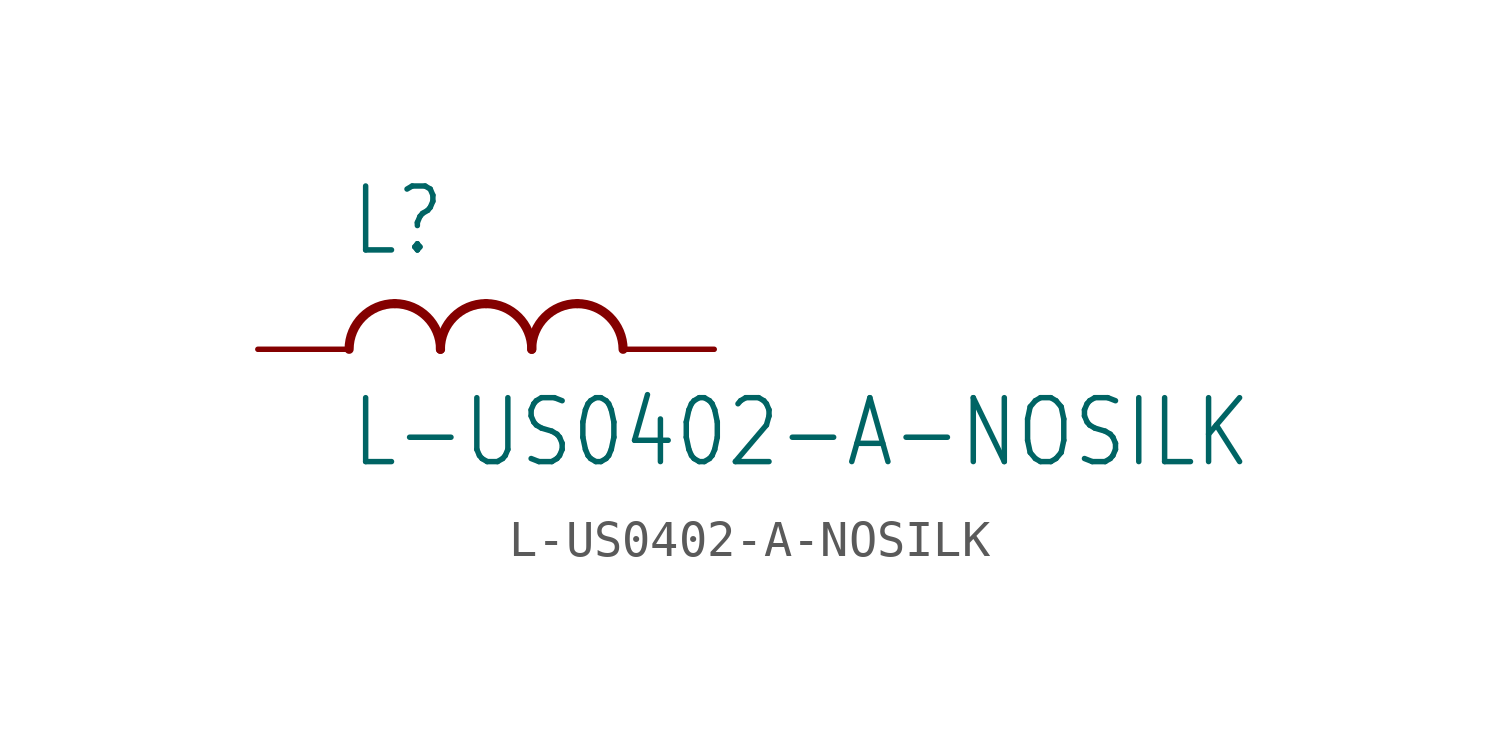
<source format=kicad_sym>
(kicad_symbol_lib
  (version 20211014)
  (generator kicad_symbol_editor)
  (symbol "L-US0402-A-NOSILK"
    (property "Reference" "L"
      (at -5.08 2.54 0)
      (effects (font (size 1.778 1.511)) (justify left bottom)))
    (property "Value" "L-US0402-A-NOSILK"
      (at -5.08 -1.27 0)
      (effects (font (size 1.778 1.511)) (justify left top)))
    (property "ki_locked" ""
      (at 0 0 0)
      (effects (font (size 1.27 1.27))))
    (symbol "L-US0402-A-NOSILK_1_0"
      (arc (start -3.81 1.27) (mid -4.708 0.898) (end -5.08 0) (stroke (width 0.254) (type default) (color 0 0 0 0)) (fill (type none)))
      (arc (start -2.54 0) (mid -2.912 0.898) (end -3.81 1.27) (stroke (width 0.254) (type default) (color 0 0 0 0)) (fill (type none)))
      (arc (start -1.27 1.27) (mid -2.168 0.898) (end -2.54 0) (stroke (width 0.254) (type default) (color 0 0 0 0)) (fill (type none)))
      (arc (start 0 0) (mid -0.372 0.898) (end -1.27 1.27) (stroke (width 0.254) (type default) (color 0 0 0 0)) (fill (type none)))
      (arc (start 1.27 1.27) (mid 0.372 0.898) (end 0 0) (stroke (width 0.254) (type default) (color 0 0 0 0)) (fill (type none)))
      (arc (start 2.54 0) (mid 2.168 0.898) (end 1.27 1.27) (stroke (width 0.254) (type default) (color 0 0 0 0)) (fill (type none)))
      (pin passive line (at -7.62 0 0) (length 2.54) (name "1" (effects (font (size 0 0)))) (number "1" (effects (font (size 0 0)))))
      (pin passive line (at 5.08 0 180) (length 2.54) (name "2" (effects (font (size 0 0)))) (number "2" (effects (font (size 0 0))))))))
</source>
